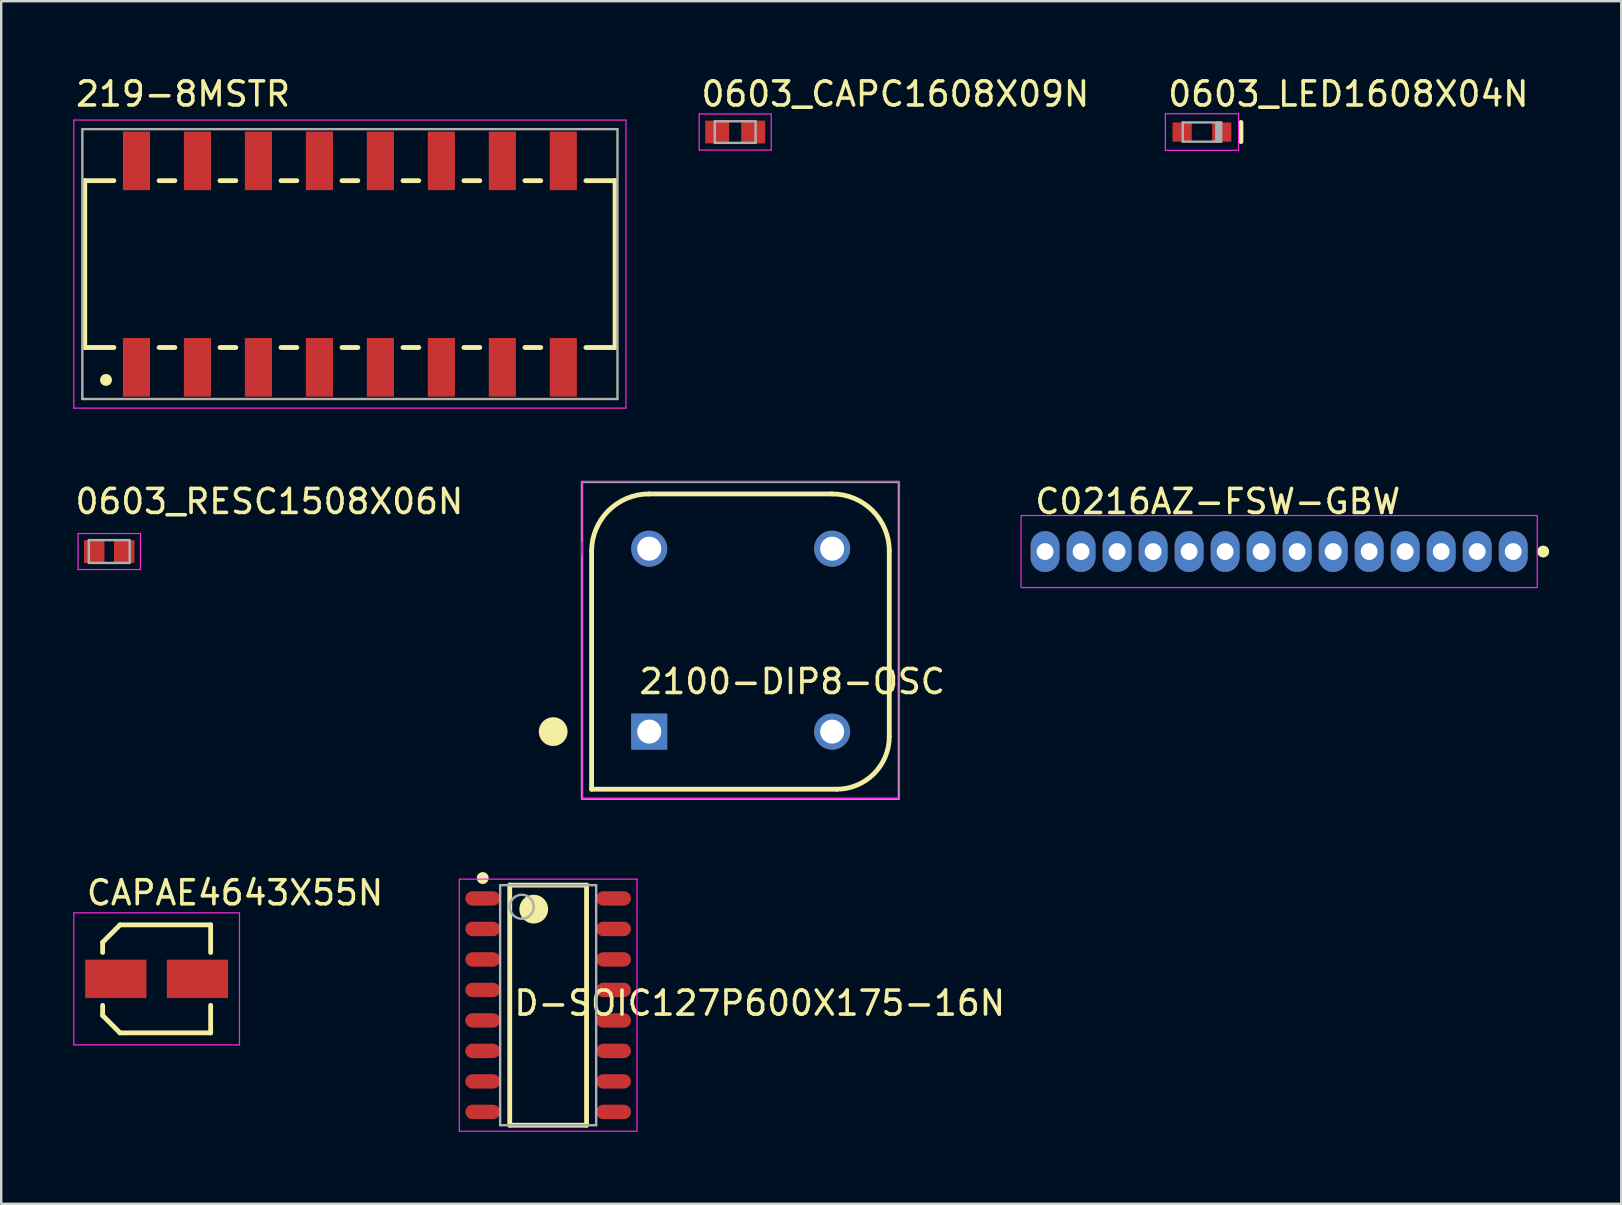
<source format=kicad_pcb>
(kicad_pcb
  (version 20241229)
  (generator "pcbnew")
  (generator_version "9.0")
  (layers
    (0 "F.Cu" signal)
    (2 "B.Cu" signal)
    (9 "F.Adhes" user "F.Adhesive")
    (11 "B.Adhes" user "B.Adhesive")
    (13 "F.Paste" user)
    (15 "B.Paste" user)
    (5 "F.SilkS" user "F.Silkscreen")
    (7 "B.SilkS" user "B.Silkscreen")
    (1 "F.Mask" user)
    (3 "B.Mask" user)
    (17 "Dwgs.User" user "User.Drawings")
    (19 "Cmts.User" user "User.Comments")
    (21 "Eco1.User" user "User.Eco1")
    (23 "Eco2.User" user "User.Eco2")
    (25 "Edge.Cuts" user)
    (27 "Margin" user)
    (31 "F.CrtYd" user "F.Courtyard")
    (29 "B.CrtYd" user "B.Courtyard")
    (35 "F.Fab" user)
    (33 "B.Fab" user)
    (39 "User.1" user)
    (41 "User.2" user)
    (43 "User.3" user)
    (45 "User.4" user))
  (footprint "219-8MSTR"
    (layer "F.Cu")
    (at 11.525 7.95)
    (property "Reference" "219-8MSTR" (at -11.5 -6.5 0) (unlocked yes) (layer "F.SilkS") (effects (font (size 1 1) (thickness 0.15)) (justify left bottom)))
    (attr smd)
    (fp_line (start -11.045 -3.475) (end -11.045 3.475) (stroke (width 0.2) (type solid)) (layer "F.SilkS"))
    (fp_line (start -11.045 -3.475) (end -9.83 -3.475) (stroke (width 0.2) (type solid)) (layer "F.SilkS"))
    (fp_line (start -11.045 3.475) (end -9.83 3.475) (stroke (width 0.2) (type solid)) (layer "F.SilkS"))
    (fp_line (start -7.95 -3.475) (end -7.29 -3.475) (stroke (width 0.2) (type solid)) (layer "F.SilkS"))
    (fp_line (start -7.95 3.475) (end -7.29 3.475) (stroke (width 0.2) (type solid)) (layer "F.SilkS"))
    (fp_line (start -5.41 -3.475) (end -4.75 -3.475) (stroke (width 0.2) (type solid)) (layer "F.SilkS"))
    (fp_line (start -5.41 3.475) (end -4.75 3.475) (stroke (width 0.2) (type solid)) (layer "F.SilkS"))
    (fp_line (start -2.87 -3.475) (end -2.21 -3.475) (stroke (width 0.2) (type solid)) (layer "F.SilkS"))
    (fp_line (start -2.87 3.475) (end -2.21 3.475) (stroke (width 0.2) (type solid)) (layer "F.SilkS"))
    (fp_line (start -0.33 -3.475) (end 0.33 -3.475) (stroke (width 0.2) (type solid)) (layer "F.SilkS"))
    (fp_line (start -0.33 3.475) (end 0.33 3.475) (stroke (width 0.2) (type solid)) (layer "F.SilkS"))
    (fp_line (start 2.21 -3.475) (end 2.87 -3.475) (stroke (width 0.2) (type solid)) (layer "F.SilkS"))
    (fp_line (start 2.21 3.475) (end 2.87 3.475) (stroke (width 0.2) (type solid)) (layer "F.SilkS"))
    (fp_line (start 4.75 -3.475) (end 5.41 -3.475) (stroke (width 0.2) (type solid)) (layer "F.SilkS"))
    (fp_line (start 4.75 3.475) (end 5.41 3.475) (stroke (width 0.2) (type solid)) (layer "F.SilkS"))
    (fp_line (start 7.29 -3.475) (end 7.95 -3.475) (stroke (width 0.2) (type solid)) (layer "F.SilkS"))
    (fp_line (start 7.29 3.475) (end 7.95 3.475) (stroke (width 0.2) (type solid)) (layer "F.SilkS"))
    (fp_line (start 9.83 -3.475) (end 11.045 -3.475) (stroke (width 0.2) (type solid)) (layer "F.SilkS"))
    (fp_line (start 9.83 3.475) (end 11.045 3.475) (stroke (width 0.2) (type solid)) (layer "F.SilkS"))
    (fp_line (start 11.045 -3.475) (end 11.045 3.475) (stroke (width 0.2) (type solid)) (layer "F.SilkS"))
    (fp_circle (center -10.16 4.826) (end -10.035 4.826) (stroke (width 0.25) (type solid)) (fill no) (layer "F.SilkS"))
    (fp_line (start -11.5 -6) (end -11.5 6) (stroke (width 0.05) (type solid)) (layer "F.CrtYd"))
    (fp_line (start -11.5 -6) (end 11.5 -6) (stroke (width 0.05) (type solid)) (layer "F.CrtYd"))
    (fp_line (start -11.5 6) (end 11.5 6) (stroke (width 0.05) (type solid)) (layer "F.CrtYd"))
    (fp_line (start 11.5 -6) (end 11.5 6) (stroke (width 0.05) (type solid)) (layer "F.CrtYd"))
    (fp_line (start -11.145 -5.62) (end -11.145 5.62) (stroke (width 0.1) (type solid)) (layer "F.Fab"))
    (fp_line (start -11.145 -5.62) (end 11.145 -5.62) (stroke (width 0.1) (type solid)) (layer "F.Fab"))
    (fp_line (start -11.145 5.62) (end 11.145 5.62) (stroke (width 0.1) (type solid)) (layer "F.Fab"))
    (fp_line (start 11.145 -5.62) (end 11.145 5.62) (stroke (width 0.1) (type solid)) (layer "F.Fab"))
    (pad "1" smd rect (at -8.89 4.3) (size 1.13 2.44) (layers "F.Cu" "F.Mask" "F.Paste"))
    (pad "2" smd rect (at -6.35 4.3) (size 1.13 2.44) (layers "F.Cu" "F.Mask" "F.Paste"))
    (pad "3" smd rect (at -3.81 4.3) (size 1.13 2.44) (layers "F.Cu" "F.Mask" "F.Paste"))
    (pad "4" smd rect (at -1.27 4.3) (size 1.13 2.44) (layers "F.Cu" "F.Mask" "F.Paste"))
    (pad "5" smd rect (at 1.27 4.3) (size 1.13 2.44) (layers "F.Cu" "F.Mask" "F.Paste"))
    (pad "6" smd rect (at 3.81 4.3) (size 1.13 2.44) (layers "F.Cu" "F.Mask" "F.Paste"))
    (pad "7" smd rect (at 6.35 4.3) (size 1.13 2.44) (layers "F.Cu" "F.Mask" "F.Paste"))
    (pad "8" smd rect (at 8.89 4.3) (size 1.13 2.44) (layers "F.Cu" "F.Mask" "F.Paste"))
    (pad "9" smd rect (at 8.89 -4.3) (size 1.13 2.44) (layers "F.Cu" "F.Mask" "F.Paste"))
    (pad "10" smd rect (at 6.35 -4.3) (size 1.13 2.44) (layers "F.Cu" "F.Mask" "F.Paste"))
    (pad "11" smd rect (at 3.81 -4.3) (size 1.13 2.44) (layers "F.Cu" "F.Mask" "F.Paste"))
    (pad "12" smd rect (at 1.27 -4.3) (size 1.13 2.44) (layers "F.Cu" "F.Mask" "F.Paste"))
    (pad "13" smd rect (at -1.27 -4.3) (size 1.13 2.44) (layers "F.Cu" "F.Mask" "F.Paste"))
    (pad "14" smd rect (at -3.81 -4.3) (size 1.13 2.44) (layers "F.Cu" "F.Mask" "F.Paste"))
    (pad "15" smd rect (at -6.35 -4.3) (size 1.13 2.44) (layers "F.Cu" "F.Mask" "F.Paste"))
    (pad "16" smd rect (at -8.89 -4.3) (size 1.13 2.44) (layers "F.Cu" "F.Mask" "F.Paste")))
  (footprint "D-SOIC127P600X175-16N"
    (layer "F.Cu")
    (at 19.783 38.82)
    (property "Reference" "D-SOIC127P600X175-16N" (at -1.5 0.5 0) (unlocked yes) (layer "F.SilkS") (effects (font (size 1 1) (thickness 0.15)) (justify left bottom)))
    (attr smd)
    (fp_line (start -1.6 -5) (end 1.6 -5) (stroke (width 0.2) (type solid)) (layer "F.SilkS"))
    (fp_line (start -1.6 5) (end -1.6 -5) (stroke (width 0.2) (type solid)) (layer "F.SilkS"))
    (fp_line (start -1.6 5) (end 1.6 5) (stroke (width 0.2) (type solid)) (layer "F.SilkS"))
    (fp_line (start 1.6 5) (end 1.6 -5) (stroke (width 0.2) (type solid)) (layer "F.SilkS"))
    (fp_circle (center -2.725 -5.295) (end -2.725 -5.42) (stroke (width 0.25) (type solid)) (fill no) (layer "F.SilkS"))
    (fp_circle (center -0.6 -4) (end -0.6 -4.3) (stroke (width 0.6) (type solid)) (fill no) (layer "F.SilkS"))
    (fp_line (start -3.7 -5.25) (end 3.7 -5.25) (stroke (width 0.05) (type solid)) (layer "F.CrtYd"))
    (fp_line (start -3.7 5.25) (end -3.7 -5.25) (stroke (width 0.05) (type solid)) (layer "F.CrtYd"))
    (fp_line (start -3.7 5.25) (end 3.7 5.25) (stroke (width 0.05) (type solid)) (layer "F.CrtYd"))
    (fp_line (start 3.7 5.25) (end 3.7 -5.25) (stroke (width 0.05) (type solid)) (layer "F.CrtYd"))
    (fp_line (start -2 -5) (end 2 -5) (stroke (width 0.1) (type solid)) (layer "F.Fab"))
    (fp_line (start -2 5) (end -2 -5) (stroke (width 0.1) (type solid)) (layer "F.Fab"))
    (fp_line (start -2 5) (end 2 5) (stroke (width 0.1) (type solid)) (layer "F.Fab"))
    (fp_line (start 2 5) (end 2 -5) (stroke (width 0.1) (type solid)) (layer "F.Fab"))
    (fp_circle (center -1.1 -4.1) (end -0.6 -4.1) (stroke (width 0.1) (type solid)) (fill no) (layer "F.Fab"))
    (pad "1" smd oval (at -2.725 -4.445 90) (size 0.6 1.45) (layers "F.Cu" "F.Mask" "F.Paste"))
    (pad "2" smd oval (at -2.725 -3.175 90) (size 0.6 1.45) (layers "F.Cu" "F.Mask" "F.Paste"))
    (pad "3" smd oval (at -2.725 -1.905 90) (size 0.6 1.45) (layers "F.Cu" "F.Mask" "F.Paste"))
    (pad "4" smd oval (at -2.725 -0.635 90) (size 0.6 1.45) (layers "F.Cu" "F.Mask" "F.Paste"))
    (pad "5" smd oval (at -2.725 0.635 90) (size 0.6 1.45) (layers "F.Cu" "F.Mask" "F.Paste"))
    (pad "6" smd oval (at -2.725 1.905 90) (size 0.6 1.45) (layers "F.Cu" "F.Mask" "F.Paste"))
    (pad "7" smd oval (at -2.725 3.175 90) (size 0.6 1.45) (layers "F.Cu" "F.Mask" "F.Paste"))
    (pad "8" smd oval (at -2.725 4.445 90) (size 0.6 1.45) (layers "F.Cu" "F.Mask" "F.Paste"))
    (pad "9" smd oval (at 2.725 4.445 90) (size 0.6 1.45) (layers "F.Cu" "F.Mask" "F.Paste"))
    (pad "10" smd oval (at 2.725 3.175 90) (size 0.6 1.45) (layers "F.Cu" "F.Mask" "F.Paste"))
    (pad "11" smd oval (at 2.725 1.905 90) (size 0.6 1.45) (layers "F.Cu" "F.Mask" "F.Paste"))
    (pad "12" smd oval (at 2.725 0.635 90) (size 0.6 1.45) (layers "F.Cu" "F.Mask" "F.Paste"))
    (pad "13" smd oval (at 2.725 -0.635 90) (size 0.6 1.45) (layers "F.Cu" "F.Mask" "F.Paste"))
    (pad "14" smd oval (at 2.725 -1.905 90) (size 0.6 1.45) (layers "F.Cu" "F.Mask" "F.Paste"))
    (pad "15" smd oval (at 2.725 -3.175 90) (size 0.6 1.45) (layers "F.Cu" "F.Mask" "F.Paste"))
    (pad "16" smd oval (at 2.725 -4.445 90) (size 0.6 1.45) (layers "F.Cu" "F.Mask" "F.Paste")))
  (footprint "0603_RESC1508X06N"
    (layer "F.Cu")
    (at 1.5 19.925)
    (property "Reference" "0603_RESC1508X06N" (at -1.5 -1.5 0) (unlocked yes) (layer "F.SilkS") (effects (font (size 1 1) (thickness 0.15)) (justify left bottom)))
    (attr smd)
    (fp_line (start -1.3 -0.75) (end -1.3 0.75) (stroke (width 0.05) (type solid)) (layer "F.CrtYd"))
    (fp_line (start 1.3 -0.75) (end -1.3 -0.75) (stroke (width 0.05) (type solid)) (layer "F.CrtYd"))
    (fp_line (start 1.3 -0.75) (end 1.3 0.75) (stroke (width 0.05) (type solid)) (layer "F.CrtYd"))
    (fp_line (start 1.3 0.75) (end -1.3 0.75) (stroke (width 0.05) (type solid)) (layer "F.CrtYd"))
    (fp_line (start -0.85 -0.475) (end -0.85 0.475) (stroke (width 0.1) (type solid)) (layer "F.Fab"))
    (fp_line (start 0.85 -0.475) (end -0.85 -0.475) (stroke (width 0.1) (type solid)) (layer "F.Fab"))
    (fp_line (start 0.85 -0.475) (end 0.85 0.475) (stroke (width 0.1) (type solid)) (layer "F.Fab"))
    (fp_line (start 0.85 0.475) (end -0.85 0.475) (stroke (width 0.1) (type solid)) (layer "F.Fab"))
    (pad "1" smd rect (at -0.625 0 90) (size 0.95 0.85) (layers "F.Cu" "F.Mask" "F.Paste"))
    (pad "2" smd rect (at 0.625 0 90) (size 0.95 0.85) (layers "F.Cu" "F.Mask" "F.Paste")))
  (footprint "2100-DIP8-OSC"
    (layer "F.Cu")
    (at 23.993 27.425)
    (property "Reference" "2100-DIP8-OSC" (at -0.5 -1.5 0) (unlocked yes) (layer "F.SilkS") (effects (font (size 1 1) (thickness 0.15)) (justify left bottom)))
    (attr through_hole)
    (fp_line (start -2.4 2.4) (end -2.4 -7.51) (stroke (width 0.2) (type solid)) (layer "F.SilkS"))
    (fp_line (start 7.62 -9.9) (end -0.01 -9.9) (stroke (width 0.2) (type solid)) (layer "F.SilkS"))
    (fp_line (start 7.806 2.4) (end -2.4 2.4) (stroke (width 0.2) (type solid)) (layer "F.SilkS"))
    (fp_line (start 10 0.206) (end 10 -7.52) (stroke (width 0.2) (type solid)) (layer "F.SilkS"))
    (fp_arc (start -2.400001 -7.510046) (mid -1.699999 -9.199999) (end -0.010046 -9.900001) (stroke (width 0.2) (type solid)) (layer "F.SilkS"))
    (fp_arc (start 7.620201 -9.900001) (mid 9.302974 -9.202974) (end 10.000001 -7.520201) (stroke (width 0.2) (type solid)) (layer "F.SilkS"))
    (fp_arc (start 10 0.20557) (mid 9.357266 1.757266) (end 7.80557 2.4) (stroke (width 0.2) (type solid)) (layer "F.SilkS"))
    (fp_circle (center -4 0) (end -4.3 0) (stroke (width 0.6) (type solid)) (fill no) (layer "F.SilkS"))
    (fp_line (start -2.794 2.794) (end -2.794 -10.414) (stroke (width 0.05) (type solid)) (layer "F.CrtYd"))
    (fp_line (start 10.414 -10.414) (end -2.794 -10.414) (stroke (width 0.05) (type solid)) (layer "F.CrtYd"))
    (fp_line (start 10.414 2.794) (end -2.794 2.794) (stroke (width 0.05) (type solid)) (layer "F.CrtYd"))
    (fp_line (start 10.414 2.794) (end 10.414 -10.414) (stroke (width 0.05) (type solid)) (layer "F.CrtYd"))
    (fp_line (start -2.8 -7.4) (end -2.8 -7.842) (stroke (width 0.1) (type solid)) (layer "B.Fab"))
    (fp_rect (start -2.8 2.8) (end 10.4 -10.4) (stroke (width 0.1) (type solid)) (fill no) (layer "F.Fab"))
    (pad "1" thru_hole rect (at 0 0) (size 1.5 1.5) (drill 1) (layers "*.Cu" "*.Mask"))
    (pad "2" thru_hole circle (at 7.62 0) (size 1.5 1.5) (drill 1) (layers "*.Cu" "*.Mask"))
    (pad "3" thru_hole circle (at 7.62 -7.62) (size 1.5 1.5) (drill 1) (layers "*.Cu" "*.Mask"))
    (pad "4" thru_hole circle (at 0 -7.62) (size 1.5 1.5) (drill 1) (layers "*.Cu" "*.Mask")))
  (footprint "C0216AZ-FSW-GBW"
    (layer "F.Cu")
    (at 59.982 19.925)
    (property "Reference" "C0216AZ-FSW-GBW" (at -20 -1.5 0) (unlocked yes) (layer "F.SilkS") (effects (font (size 1 1) (thickness 0.15)) (justify left bottom)))
    (attr through_hole)
    (fp_circle (center 1.25 0) (end 1.25 -0.125) (stroke (width 0.25) (type solid)) (fill no) (layer "F.SilkS"))
    (fp_rect (start -20.5 -1.5) (end 1 1.5) (stroke (width 0.05) (type solid)) (fill no) (layer "F.CrtYd"))
    (pad "1" thru_hole oval (at 0 0) (size 1.2 1.7) (drill 0.7) (layers "*.Cu" "*.Mask"))
    (pad "2" thru_hole oval (at -1.5 0) (size 1.2 1.7) (drill 0.7) (layers "*.Cu" "*.Mask"))
    (pad "3" thru_hole oval (at -3 0) (size 1.2 1.7) (drill 0.7) (layers "*.Cu" "*.Mask"))
    (pad "4" thru_hole oval (at -4.5 0) (size 1.2 1.7) (drill 0.7) (layers "*.Cu" "*.Mask"))
    (pad "5" thru_hole oval (at -6 0) (size 1.2 1.7) (drill 0.7) (layers "*.Cu" "*.Mask"))
    (pad "6" thru_hole oval (at -7.5 0) (size 1.2 1.7) (drill 0.7) (layers "*.Cu" "*.Mask"))
    (pad "7" thru_hole oval (at -9 0) (size 1.2 1.7) (drill 0.7) (layers "*.Cu" "*.Mask"))
    (pad "8" thru_hole oval (at -10.5 0) (size 1.2 1.7) (drill 0.7) (layers "*.Cu" "*.Mask"))
    (pad "9" thru_hole oval (at -12 0) (size 1.2 1.7) (drill 0.7) (layers "*.Cu" "*.Mask"))
    (pad "10" thru_hole oval (at -13.5 0) (size 1.2 1.7) (drill 0.7) (layers "*.Cu" "*.Mask"))
    (pad "11" thru_hole oval (at -15 0) (size 1.2 1.7) (drill 0.7) (layers "*.Cu" "*.Mask"))
    (pad "12" thru_hole oval (at -16.5 0) (size 1.2 1.7) (drill 0.7) (layers "*.Cu" "*.Mask"))
    (pad "13" thru_hole oval (at -18 0) (size 1.2 1.7) (drill 0.7) (layers "*.Cu" "*.Mask"))
    (pad "14" thru_hole oval (at -19.5 0) (size 1.2 1.7) (drill 0.7) (layers "*.Cu" "*.Mask")))
  (footprint "0603_LED1608X04N"
    (layer "F.Cu")
    (at 47.017 2.45)
    (property "Reference" "0603_LED1608X04N" (at -1.5 -1 0) (unlocked yes) (layer "F.SilkS") (effects (font (size 1 1) (thickness 0.15)) (justify left bottom)))
    (attr smd)
    (fp_line (start 1.625 0.4) (end 1.625 -0.4) (stroke (width 0.2) (type solid)) (layer "F.SilkS"))
    (fp_line (start -1.524 0.762) (end -1.524 -0.762) (stroke (width 0.05) (type solid)) (layer "F.CrtYd"))
    (fp_line (start 1.524 -0.762) (end -1.524 -0.762) (stroke (width 0.05) (type solid)) (layer "F.CrtYd"))
    (fp_line (start 1.524 0.762) (end -1.524 0.762) (stroke (width 0.05) (type solid)) (layer "F.CrtYd"))
    (fp_line (start 1.524 0.762) (end 1.524 -0.762) (stroke (width 0.05) (type solid)) (layer "F.CrtYd"))
    (fp_line (start -0.8 0.4) (end -0.8 -0.4) (stroke (width 0.1) (type solid)) (layer "F.Fab"))
    (fp_line (start 0.65 0.35) (end 0.65 -0.35) (stroke (width 0.2) (type solid)) (layer "F.Fab"))
    (fp_line (start 0.8 -0.4) (end -0.8 -0.4) (stroke (width 0.1) (type solid)) (layer "F.Fab"))
    (fp_line (start 0.8 0.4) (end -0.8 0.4) (stroke (width 0.1) (type solid)) (layer "F.Fab"))
    (fp_line (start 0.8 0.4) (end 0.8 -0.4) (stroke (width 0.1) (type solid)) (layer "F.Fab"))
    (pad "1" smd rect (at -0.825 0 180) (size 0.8 0.8) (layers "F.Cu" "F.Mask" "F.Paste"))
    (pad "2" smd rect (at 0.825 0 180) (size 0.8 0.8) (layers "F.Cu" "F.Mask" "F.Paste")))
  (footprint "0603_CAPC1608X09N"
    (layer "F.Cu")
    (at 27.575 2.45)
    (property "Reference" "0603_CAPC1608X09N" (at -1.5 -1 0) (unlocked yes) (layer "F.SilkS") (effects (font (size 1 1) (thickness 0.15)) (justify left bottom)))
    (attr smd)
    (fp_line (start -1.5 -0.75) (end -1.5 0.75) (stroke (width 0.05) (type solid)) (layer "F.CrtYd"))
    (fp_line (start 1.5 -0.75) (end -1.5 -0.75) (stroke (width 0.05) (type solid)) (layer "F.CrtYd"))
    (fp_line (start 1.5 -0.75) (end 1.5 0.75) (stroke (width 0.05) (type solid)) (layer "F.CrtYd"))
    (fp_line (start 1.5 0.75) (end -1.5 0.75) (stroke (width 0.05) (type solid)) (layer "F.CrtYd"))
    (fp_line (start -0.85 -0.45) (end -0.85 0.45) (stroke (width 0.1) (type solid)) (layer "F.Fab"))
    (fp_line (start 0.85 -0.45) (end -0.85 -0.45) (stroke (width 0.1) (type solid)) (layer "F.Fab"))
    (fp_line (start 0.85 -0.45) (end 0.85 0.45) (stroke (width 0.1) (type solid)) (layer "F.Fab"))
    (fp_line (start 0.85 0.45) (end -0.85 0.45) (stroke (width 0.1) (type solid)) (layer "F.Fab"))
    (pad "1" smd rect (at -0.75 0 90) (size 0.95 1) (layers "F.Cu" "F.Mask" "F.Paste"))
    (pad "2" smd rect (at 0.75 0 90) (size 0.95 1) (layers "F.Cu" "F.Mask" "F.Paste")))
  (footprint "CAPAE4643X55N"
    (layer "F.Cu")
    (at 3.475 37.725)
    (property "Reference" "CAPAE4643X55N" (at -3 -3 0) (unlocked yes) (layer "F.SilkS") (effects (font (size 1 1) (thickness 0.15)) (justify left bottom)))
    (attr smd)
    (fp_line (start -2.25 -1.525) (end -2.25 -1.1) (stroke (width 0.2) (type solid)) (layer "F.SilkS"))
    (fp_line (start -2.25 1.1) (end -2.25 1.525) (stroke (width 0.2) (type solid)) (layer "F.SilkS"))
    (fp_line (start -2.25 1.525) (end -1.525 2.25) (stroke (width 0.2) (type solid)) (layer "F.SilkS"))
    (fp_line (start -1.525 -2.25) (end -2.25 -1.525) (stroke (width 0.2) (type solid)) (layer "F.SilkS"))
    (fp_line (start -1.525 -2.25) (end 2.25 -2.25) (stroke (width 0.2) (type solid)) (layer "F.SilkS"))
    (fp_line (start -1.525 2.25) (end 2.25 2.25) (stroke (width 0.2) (type solid)) (layer "F.SilkS"))
    (fp_line (start 2.25 -2.25) (end 2.25 -1.1) (stroke (width 0.2) (type solid)) (layer "F.SilkS"))
    (fp_line (start 2.25 1.1) (end 2.25 2.25) (stroke (width 0.2) (type solid)) (layer "F.SilkS"))
    (fp_line (start -3.45 -2.75) (end -3.45 2.75) (stroke (width 0.05) (type solid)) (layer "F.CrtYd"))
    (fp_line (start -3.45 -2.75) (end 3.45 -2.75) (stroke (width 0.05) (type solid)) (layer "F.CrtYd"))
    (fp_line (start -3.45 2.75) (end 3.45 2.75) (stroke (width 0.05) (type solid)) (layer "F.CrtYd"))
    (fp_line (start 3.45 -2.75) (end 3.45 2.75) (stroke (width 0.05) (type solid)) (layer "F.CrtYd"))
    (pad "1" smd rect (at -1.7 0 90) (size 1.6 2.55) (layers "F.Cu" "F.Mask" "F.Paste"))
    (pad "2" smd rect (at 1.7 0 90) (size 1.6 2.55) (layers "F.Cu" "F.Mask" "F.Paste")))
  (gr_rect
    (start -3 -3)
    (end 64.482 47.095)
    (stroke (width 0.1) (type default))
    (fill no)
    (layer "Edge.Cuts")))
</source>
